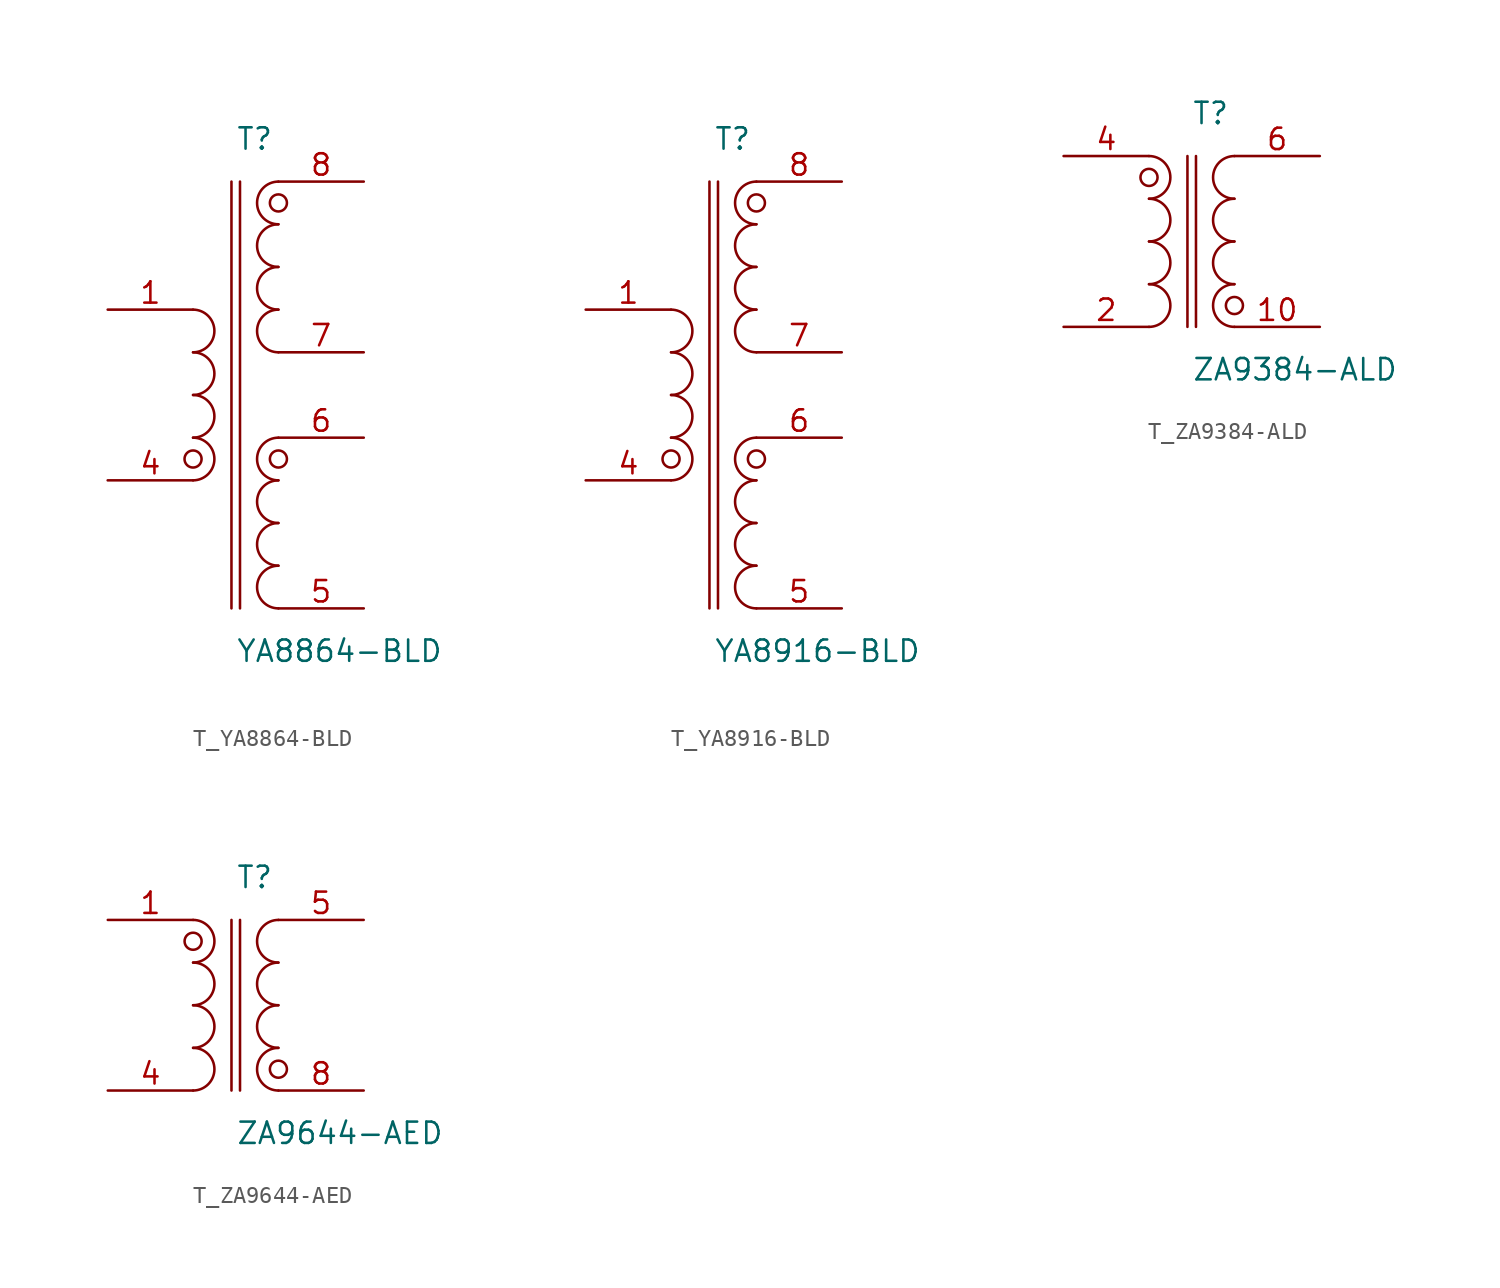
<source format=kicad_sym>
(kicad_symbol_lib
  (version 20231120)
  (generator kicad_symbol_editor)
  (generator_version 8.0)
  (symbol "T_YA8864-BLD"
    (pin_names
      (offset 0.254))
    (property "Reference" "T"
      (at 0 15.24 0)
      (effects (font (size 1.27 1.27)) (justify left)))
    (property "Value" "YA8864-BLD"
      (at 0 -15.24 0)
      (effects (font (size 1.27 1.27)) (justify left)))
    (symbol "T_YA8864-BLD_0_1"
      (arc (start -2.54 -5.08) (mid -1.27 -3.81) (end -2.54 -2.54) (stroke (width 0) (type default)) (fill (type none)))
      (arc (start -2.54 -2.54) (mid -1.27 -1.27) (end -2.54 0.0) (stroke (width 0) (type default)) (fill (type none)))
      (arc (start -2.54 0.0) (mid -1.27 1.27) (end -2.54 2.54) (stroke (width 0) (type default)) (fill (type none)))
      (arc (start -2.54 2.54) (mid -1.27 3.81) (end -2.54 5.08) (stroke (width 0) (type default)) (fill (type none)))
      (arc (start 2.54 2.54) (mid 1.27 3.81) (end 2.54 5.08) (stroke (width 0) (type default)) (fill (type none)))
      (arc (start 2.54 5.08) (mid 1.27 6.35) (end 2.54 7.62) (stroke (width 0) (type default)) (fill (type none)))
      (arc (start 2.54 7.62) (mid 1.27 8.89) (end 2.54 10.16) (stroke (width 0) (type default)) (fill (type none)))
      (arc (start 2.54 10.16) (mid 1.27 11.43) (end 2.54 12.7) (stroke (width 0) (type default)) (fill (type none)))
      (arc (start 2.54 -12.7) (mid 1.27 -11.43) (end 2.54 -10.16) (stroke (width 0) (type default)) (fill (type none)))
      (arc (start 2.54 -10.16) (mid 1.27 -8.89) (end 2.54 -7.62) (stroke (width 0) (type default)) (fill (type none)))
      (arc (start 2.54 -7.619999999999999) (mid 1.27 -6.35) (end 2.54 -5.079999999999999) (stroke (width 0) (type default)) (fill (type none)))
      (arc (start 2.54 -5.079999999999999) (mid 1.27 -3.809999999999999) (end 2.54 -2.539999999999999) (stroke (width 0) (type default)) (fill (type none)))
      (circle (center -2.54 -3.81) (radius 0.508) (stroke (width 0) (type default)) (fill (type none)))
      (circle (center 2.54 -3.81) (radius 0.508) (stroke (width 0) (type default)) (fill (type none)))
      (circle (center 2.54 11.43) (radius 0.508) (stroke (width 0) (type default)) (fill (type none)))
      (polyline (pts (xy -0.254 12.7) (xy -0.254 -12.7)) (stroke (width 0) (type default)) (fill (type none)))
      (polyline (pts (xy 0.254 12.7) (xy 0.254 -12.7)) (stroke (width 0) (type default)) (fill (type none)))
      (pin unspecified line (at -7.62 5.08 0) (length 5.08) (name "" (effects (font (size 1.27 1.27)))) (number "1" (effects (font (size 1.27 1.27)))))
      (pin no_connect line (at -7.62 2.54 0) (length 2.54) (name "" (effects (font (size 1.27 1.27)))) (number "2" (effects (font (size 1.27 1.27)))) hide)
      (pin no_connect line (at -7.62 -2.54 0) (length 2.54) (name "" (effects (font (size 1.27 1.27)))) (number "3" (effects (font (size 1.27 1.27)))) hide)
      (pin unspecified line (at -7.62 -5.08 0) (length 5.08) (name "" (effects (font (size 1.27 1.27)))) (number "4" (effects (font (size 1.27 1.27)))))
      (pin unspecified line (at 7.62 12.7 180) (length 5.08) (name "" (effects (font (size 1.27 1.27)))) (number "8" (effects (font (size 1.27 1.27)))))
      (pin unspecified line (at 7.62 2.54 180) (length 5.08) (name "" (effects (font (size 1.27 1.27)))) (number "7" (effects (font (size 1.27 1.27)))))
      (pin unspecified line (at 7.62 -2.54 180) (length 5.08) (name "" (effects (font (size 1.27 1.27)))) (number "6" (effects (font (size 1.27 1.27)))))
      (pin unspecified line (at 7.62 -12.7 180) (length 5.08) (name "" (effects (font (size 1.27 1.27)))) (number "5" (effects (font (size 1.27 1.27)))))))
  (symbol "T_YA8916-BLD"
    (pin_names
      (offset 0.254))
    (property "Reference" "T"
      (at 0 15.24 0)
      (effects (font (size 1.27 1.27)) (justify left)))
    (property "Value" "YA8916-BLD"
      (at 0 -15.24 0)
      (effects (font (size 1.27 1.27)) (justify left)))
    (symbol "T_YA8916-BLD_0_1"
      (arc (start -2.54 -5.08) (mid -1.27 -3.81) (end -2.54 -2.54) (stroke (width 0) (type default)) (fill (type none)))
      (arc (start -2.54 -2.54) (mid -1.27 -1.27) (end -2.54 0.0) (stroke (width 0) (type default)) (fill (type none)))
      (arc (start -2.54 0.0) (mid -1.27 1.27) (end -2.54 2.54) (stroke (width 0) (type default)) (fill (type none)))
      (arc (start -2.54 2.54) (mid -1.27 3.81) (end -2.54 5.08) (stroke (width 0) (type default)) (fill (type none)))
      (arc (start 2.54 2.54) (mid 1.27 3.81) (end 2.54 5.08) (stroke (width 0) (type default)) (fill (type none)))
      (arc (start 2.54 5.08) (mid 1.27 6.35) (end 2.54 7.62) (stroke (width 0) (type default)) (fill (type none)))
      (arc (start 2.54 7.62) (mid 1.27 8.89) (end 2.54 10.16) (stroke (width 0) (type default)) (fill (type none)))
      (arc (start 2.54 10.16) (mid 1.27 11.43) (end 2.54 12.7) (stroke (width 0) (type default)) (fill (type none)))
      (arc (start 2.54 -12.7) (mid 1.27 -11.43) (end 2.54 -10.16) (stroke (width 0) (type default)) (fill (type none)))
      (arc (start 2.54 -10.16) (mid 1.27 -8.89) (end 2.54 -7.62) (stroke (width 0) (type default)) (fill (type none)))
      (arc (start 2.54 -7.619999999999999) (mid 1.27 -6.35) (end 2.54 -5.079999999999999) (stroke (width 0) (type default)) (fill (type none)))
      (arc (start 2.54 -5.079999999999999) (mid 1.27 -3.809999999999999) (end 2.54 -2.539999999999999) (stroke (width 0) (type default)) (fill (type none)))
      (circle (center -2.54 -3.81) (radius 0.508) (stroke (width 0) (type default)) (fill (type none)))
      (circle (center 2.54 -3.81) (radius 0.508) (stroke (width 0) (type default)) (fill (type none)))
      (circle (center 2.54 11.43) (radius 0.508) (stroke (width 0) (type default)) (fill (type none)))
      (polyline (pts (xy -0.254 12.7) (xy -0.254 -12.7)) (stroke (width 0) (type default)) (fill (type none)))
      (polyline (pts (xy 0.254 12.7) (xy 0.254 -12.7)) (stroke (width 0) (type default)) (fill (type none)))
      (pin unspecified line (at -7.62 5.08 0) (length 5.08) (name "" (effects (font (size 1.27 1.27)))) (number "1" (effects (font (size 1.27 1.27)))))
      (pin no_connect line (at -7.62 2.54 0) (length 2.54) (name "" (effects (font (size 1.27 1.27)))) (number "2" (effects (font (size 1.27 1.27)))) hide)
      (pin no_connect line (at -7.62 -2.54 0) (length 2.54) (name "" (effects (font (size 1.27 1.27)))) (number "3" (effects (font (size 1.27 1.27)))) hide)
      (pin unspecified line (at -7.62 -5.08 0) (length 5.08) (name "" (effects (font (size 1.27 1.27)))) (number "4" (effects (font (size 1.27 1.27)))))
      (pin unspecified line (at 7.62 12.7 180) (length 5.08) (name "" (effects (font (size 1.27 1.27)))) (number "8" (effects (font (size 1.27 1.27)))))
      (pin unspecified line (at 7.62 2.54 180) (length 5.08) (name "" (effects (font (size 1.27 1.27)))) (number "7" (effects (font (size 1.27 1.27)))))
      (pin unspecified line (at 7.62 -2.54 180) (length 5.08) (name "" (effects (font (size 1.27 1.27)))) (number "6" (effects (font (size 1.27 1.27)))))
      (pin unspecified line (at 7.62 -12.7 180) (length 5.08) (name "" (effects (font (size 1.27 1.27)))) (number "5" (effects (font (size 1.27 1.27)))))))
  (symbol "T_ZA9384-ALD"
    (pin_names
      (offset 0.254))
    (property "Reference" "T"
      (at 0 7.62 0)
      (effects (font (size 1.27 1.27)) (justify left)))
    (property "Value" "ZA9384-ALD"
      (at 0 -7.62 0)
      (effects (font (size 1.27 1.27)) (justify left)))
    (symbol "T_ZA9384-ALD_0_1"
      (arc (start -2.54 -5.08) (mid -1.27 -3.81) (end -2.54 -2.54) (stroke (width 0) (type default)) (fill (type none)))
      (arc (start -2.54 -2.54) (mid -1.27 -1.27) (end -2.54 0.0) (stroke (width 0) (type default)) (fill (type none)))
      (arc (start -2.54 0.0) (mid -1.27 1.27) (end -2.54 2.54) (stroke (width 0) (type default)) (fill (type none)))
      (arc (start -2.54 2.54) (mid -1.27 3.81) (end -2.54 5.08) (stroke (width 0) (type default)) (fill (type none)))
      (arc (start 2.54 -5.08) (mid 1.27 -3.81) (end 2.54 -2.54) (stroke (width 0) (type default)) (fill (type none)))
      (arc (start 2.54 -2.54) (mid 1.27 -1.27) (end 2.54 0.0) (stroke (width 0) (type default)) (fill (type none)))
      (arc (start 2.54 0.0) (mid 1.27 1.27) (end 2.54 2.54) (stroke (width 0) (type default)) (fill (type none)))
      (arc (start 2.54 2.54) (mid 1.27 3.81) (end 2.54 5.08) (stroke (width 0) (type default)) (fill (type none)))
      (circle (center -2.54 3.81) (radius 0.508) (stroke (width 0) (type default)) (fill (type none)))
      (circle (center 2.54 -3.81) (radius 0.508) (stroke (width 0) (type default)) (fill (type none)))
      (polyline (pts (xy -0.254 5.08) (xy -0.254 -5.08)) (stroke (width 0) (type default)) (fill (type none)))
      (polyline (pts (xy 0.254 5.08) (xy 0.254 -5.08)) (stroke (width 0) (type default)) (fill (type none)))
      (pin unspecified line (at -7.62 5.08 0) (length 5.08) (name "" (effects (font (size 1.27 1.27)))) (number "4" (effects (font (size 1.27 1.27)))))
      (pin no_connect line (at -7.62 2.54 0) (length 2.54) (name "" (effects (font (size 1.27 1.27)))) (number "5" (effects (font (size 1.27 1.27)))) hide)
      (pin no_connect line (at -7.62 0.0 0) (length 2.54) (name "" (effects (font (size 1.27 1.27)))) (number "3" (effects (font (size 1.27 1.27)))) hide)
      (pin no_connect line (at -7.62 -2.54 0) (length 2.54) (name "" (effects (font (size 1.27 1.27)))) (number "1" (effects (font (size 1.27 1.27)))) hide)
      (pin unspecified line (at -7.62 -5.08 0) (length 5.08) (name "" (effects (font (size 1.27 1.27)))) (number "2" (effects (font (size 1.27 1.27)))))
      (pin unspecified line (at 7.62 5.08 180) (length 5.08) (name "" (effects (font (size 1.27 1.27)))) (number "6" (effects (font (size 1.27 1.27)))))
      (pin no_connect line (at 7.62 2.54 180) (length 2.54) (name "" (effects (font (size 1.27 1.27)))) (number "7" (effects (font (size 1.27 1.27)))) hide)
      (pin no_connect line (at 7.62 0.0 180) (length 2.54) (name "" (effects (font (size 1.27 1.27)))) (number "8" (effects (font (size 1.27 1.27)))) hide)
      (pin no_connect line (at 7.62 -2.54 180) (length 2.54) (name "" (effects (font (size 1.27 1.27)))) (number "9" (effects (font (size 1.27 1.27)))) hide)
      (pin unspecified line (at 7.62 -5.08 180) (length 5.08) (name "" (effects (font (size 1.27 1.27)))) (number "10" (effects (font (size 1.27 1.27)))))))
  (symbol "T_ZA9644-AED"
    (pin_names
      (offset 0.254))
    (property "Reference" "T"
      (at 0 7.62 0)
      (effects (font (size 1.27 1.27)) (justify left)))
    (property "Value" "ZA9644-AED"
      (at 0 -7.62 0)
      (effects (font (size 1.27 1.27)) (justify left)))
    (symbol "T_ZA9644-AED_0_1"
      (arc (start -2.54 -5.08) (mid -1.27 -3.81) (end -2.54 -2.54) (stroke (width 0) (type default)) (fill (type none)))
      (arc (start -2.54 -2.54) (mid -1.27 -1.27) (end -2.54 0.0) (stroke (width 0) (type default)) (fill (type none)))
      (arc (start -2.54 0.0) (mid -1.27 1.27) (end -2.54 2.54) (stroke (width 0) (type default)) (fill (type none)))
      (arc (start -2.54 2.54) (mid -1.27 3.81) (end -2.54 5.08) (stroke (width 0) (type default)) (fill (type none)))
      (arc (start 2.54 -5.08) (mid 1.27 -3.81) (end 2.54 -2.54) (stroke (width 0) (type default)) (fill (type none)))
      (arc (start 2.54 -2.54) (mid 1.27 -1.27) (end 2.54 0.0) (stroke (width 0) (type default)) (fill (type none)))
      (arc (start 2.54 0.0) (mid 1.27 1.27) (end 2.54 2.54) (stroke (width 0) (type default)) (fill (type none)))
      (arc (start 2.54 2.54) (mid 1.27 3.81) (end 2.54 5.08) (stroke (width 0) (type default)) (fill (type none)))
      (circle (center -2.54 3.81) (radius 0.508) (stroke (width 0) (type default)) (fill (type none)))
      (circle (center 2.54 -3.81) (radius 0.508) (stroke (width 0) (type default)) (fill (type none)))
      (polyline (pts (xy -0.254 5.08) (xy -0.254 -5.08)) (stroke (width 0) (type default)) (fill (type none)))
      (polyline (pts (xy 0.254 5.08) (xy 0.254 -5.08)) (stroke (width 0) (type default)) (fill (type none)))
      (pin unspecified line (at -7.62 5.08 0) (length 5.08) (name "" (effects (font (size 1.27 1.27)))) (number "1" (effects (font (size 1.27 1.27)))))
      (pin no_connect line (at -7.62 2.54 0) (length 2.54) (name "" (effects (font (size 1.27 1.27)))) (number "2" (effects (font (size 1.27 1.27)))) hide)
      (pin no_connect line (at -7.62 -2.54 0) (length 2.54) (name "" (effects (font (size 1.27 1.27)))) (number "3" (effects (font (size 1.27 1.27)))) hide)
      (pin unspecified line (at -7.62 -5.08 0) (length 5.08) (name "" (effects (font (size 1.27 1.27)))) (number "4" (effects (font (size 1.27 1.27)))))
      (pin unspecified line (at 7.62 5.08 180) (length 5.08) (name "" (effects (font (size 1.27 1.27)))) (number "5" (effects (font (size 1.27 1.27)))))
      (pin no_connect line (at 7.62 2.54 180) (length 2.54) (name "" (effects (font (size 1.27 1.27)))) (number "6" (effects (font (size 1.27 1.27)))) hide)
      (pin no_connect line (at 7.62 -2.54 180) (length 2.54) (name "" (effects (font (size 1.27 1.27)))) (number "7" (effects (font (size 1.27 1.27)))) hide)
      (pin unspecified line (at 7.62 -5.08 180) (length 5.08) (name "" (effects (font (size 1.27 1.27)))) (number "8" (effects (font (size 1.27 1.27))))))))
</source>
